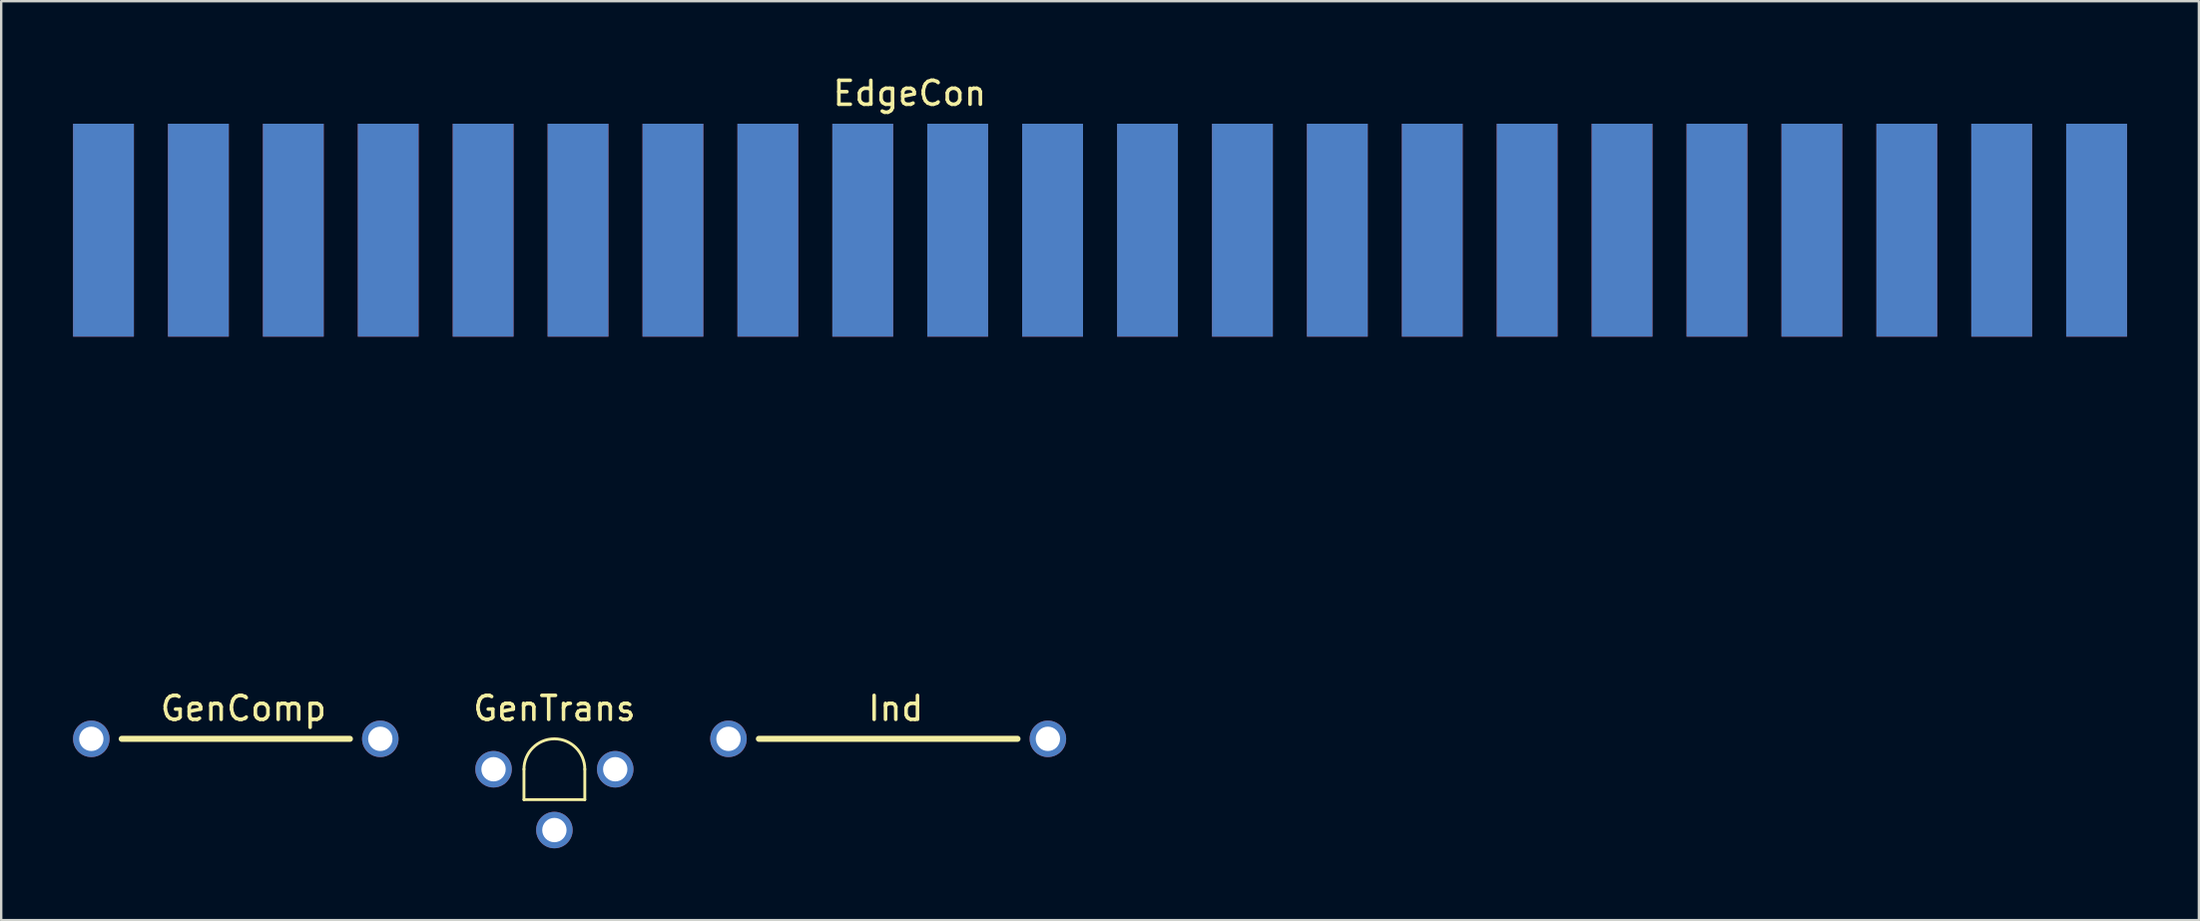
<source format=kicad_pcb>
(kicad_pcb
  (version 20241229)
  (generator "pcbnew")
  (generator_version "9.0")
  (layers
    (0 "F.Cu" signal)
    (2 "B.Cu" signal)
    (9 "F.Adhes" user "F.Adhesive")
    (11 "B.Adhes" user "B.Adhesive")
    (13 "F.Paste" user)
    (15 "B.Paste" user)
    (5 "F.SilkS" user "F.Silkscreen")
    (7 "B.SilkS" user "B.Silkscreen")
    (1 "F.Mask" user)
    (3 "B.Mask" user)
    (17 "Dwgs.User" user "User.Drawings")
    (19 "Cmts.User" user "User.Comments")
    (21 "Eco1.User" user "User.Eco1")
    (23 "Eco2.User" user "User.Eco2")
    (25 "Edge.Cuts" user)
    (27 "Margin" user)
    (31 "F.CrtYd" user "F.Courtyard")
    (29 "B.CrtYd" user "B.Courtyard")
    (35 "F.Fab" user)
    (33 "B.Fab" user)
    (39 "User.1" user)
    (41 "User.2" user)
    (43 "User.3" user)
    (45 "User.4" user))
  (footprint "EdgeCon"
    (layer "F.Cu")
    (at 53.34 22.438)
    (property "Reference" "EdgeCon" (at -18.415 -21.59 0) (unlocked yes) (layer "F.SilkS") (effects (font (size 1 1) (thickness 0.15))))
    (attr through_hole)
    (pad "1" smd rect (at -52.07 -15.875) (size 2.54 8.89) (layers "*.Mask" "B.Cu" "F.Paste"))
    (pad "2" smd rect (at -48.108 -15.875) (size 2.54 8.89) (layers "*.Mask" "B.Cu" "F.Paste"))
    (pad "3" smd rect (at -44.145 -15.875) (size 2.54 8.89) (layers "*.Mask" "B.Cu" "F.Paste"))
    (pad "4" smd rect (at -40.183 -15.875) (size 2.54 8.89) (layers "*.Mask" "B.Cu" "F.Paste"))
    (pad "5" smd rect (at -36.22 -15.875) (size 2.54 8.89) (layers "*.Mask" "B.Cu" "F.Paste"))
    (pad "6" smd rect (at -32.258 -15.875) (size 2.54 8.89) (layers "*.Mask" "B.Cu" "F.Paste"))
    (pad "7" smd rect (at -28.296 -15.875) (size 2.54 8.89) (layers "*.Mask" "B.Cu" "F.Paste"))
    (pad "8" smd rect (at -24.333 -15.875) (size 2.54 8.89) (layers "*.Mask" "B.Cu" "F.Paste"))
    (pad "9" smd rect (at -20.371 -15.875) (size 2.54 8.89) (layers "*.Mask" "B.Cu" "F.Paste"))
    (pad "10" smd rect (at -16.408 -15.875) (size 2.54 8.89) (layers "*.Mask" "B.Cu" "F.Paste"))
    (pad "11" smd rect (at -12.446 -15.875) (size 2.54 8.89) (layers "*.Mask" "B.Cu" "F.Paste"))
    (pad "12" smd rect (at -8.484 -15.875) (size 2.54 8.89) (layers "*.Mask" "B.Cu" "F.Paste"))
    (pad "13" smd rect (at -4.521 -15.875) (size 2.54 8.89) (layers "*.Mask" "B.Cu" "F.Paste"))
    (pad "14" smd rect (at -0.559 -15.875) (size 2.54 8.89) (layers "*.Mask" "B.Cu" "F.Paste"))
    (pad "15" smd rect (at 3.404 -15.875) (size 2.54 8.89) (layers "*.Mask" "B.Cu" "F.Paste"))
    (pad "16" smd rect (at 7.366 -15.875) (size 2.54 8.89) (layers "*.Mask" "B.Cu" "F.Paste"))
    (pad "17" smd rect (at 11.328 -15.875) (size 2.54 8.89) (layers "*.Mask" "B.Cu" "F.Paste"))
    (pad "18" smd rect (at 15.291 -15.875) (size 2.54 8.89) (layers "*.Mask" "B.Cu" "F.Paste"))
    (pad "19" smd rect (at 19.253 -15.875) (size 2.54 8.89) (layers "*.Mask" "B.Cu" "F.Paste"))
    (pad "20" smd rect (at 23.216 -15.875) (size 2.54 8.89) (layers "*.Mask" "B.Cu" "F.Paste"))
    (pad "21" smd rect (at 27.178 -15.875) (size 2.54 8.89) (layers "*.Mask" "B.Cu" "F.Paste"))
    (pad "22" smd rect (at 31.14 -15.875) (size 2.54 8.89) (layers "*.Mask" "B.Cu" "F.Paste"))
    (pad "A" smd rect (at -52.07 -15.875) (size 2.54 8.89) (layers "F.Cu" "F.Mask" "F.Paste"))
    (pad "B" smd rect (at -48.108 -15.875) (size 2.54 8.89) (layers "F.Cu" "F.Mask" "F.Paste"))
    (pad "C" smd rect (at -44.145 -15.875) (size 2.54 8.89) (layers "F.Cu" "F.Mask" "F.Paste"))
    (pad "D" smd rect (at -40.183 -15.875) (size 2.54 8.89) (layers "F.Cu" "F.Mask" "F.Paste"))
    (pad "E" smd rect (at -36.22 -15.875) (size 2.54 8.89) (layers "F.Cu" "F.Mask" "F.Paste"))
    (pad "F" smd rect (at -32.258 -15.875) (size 2.54 8.89) (layers "F.Cu" "F.Mask" "F.Paste"))
    (pad "H" smd rect (at -28.296 -15.875) (size 2.54 8.89) (layers "F.Cu" "F.Mask" "F.Paste"))
    (pad "J" smd rect (at -24.333 -15.875) (size 2.54 8.89) (layers "F.Cu" "F.Mask" "F.Paste"))
    (pad "K" smd rect (at -20.371 -15.875) (size 2.54 8.89) (layers "F.Cu" "F.Mask" "F.Paste"))
    (pad "L" smd rect (at -16.408 -15.875) (size 2.54 8.89) (layers "F.Cu" "F.Mask" "F.Paste"))
    (pad "M" smd rect (at -12.446 -15.875) (size 2.54 8.89) (layers "F.Cu" "F.Mask" "F.Paste"))
    (pad "N" smd rect (at -8.484 -15.875) (size 2.54 8.89) (layers "F.Cu" "F.Mask" "F.Paste"))
    (pad "P" smd rect (at -4.521 -15.875) (size 2.54 8.89) (layers "F.Cu" "F.Mask" "F.Paste"))
    (pad "R" smd rect (at -0.559 -15.875) (size 2.54 8.89) (layers "F.Cu" "F.Mask" "F.Paste"))
    (pad "S" smd rect (at 3.404 -15.875) (size 2.54 8.89) (layers "F.Cu" "F.Mask" "F.Paste"))
    (pad "T" smd rect (at 7.366 -15.875) (size 2.54 8.89) (layers "F.Cu" "F.Mask" "F.Paste"))
    (pad "U" smd rect (at 11.328 -15.875) (size 2.54 8.89) (layers "F.Cu" "F.Mask" "F.Paste"))
    (pad "V" smd rect (at 15.291 -15.875) (size 2.54 8.89) (layers "F.Cu" "F.Mask" "F.Paste"))
    (pad "W" smd rect (at 19.253 -15.875) (size 2.54 8.89) (layers "F.Cu" "F.Mask" "F.Paste"))
    (pad "X" smd rect (at 23.216 -15.875) (size 2.54 8.89) (layers "F.Cu" "F.Mask" "F.Paste"))
    (pad "Y" smd rect (at 27.178 -15.875) (size 2.54 8.89) (layers "F.Cu" "F.Mask" "F.Paste"))
    (pad "Z" smd rect (at 31.14 -15.875) (size 2.54 8.89) (layers "F.Cu" "F.Mask" "F.Paste")))
  (footprint "GenComp"
    (layer "F.Cu")
    (at 6.477 27.806)
    (property "Reference" "GenComp" (at 0.635 -1.27 0) (unlocked yes) (layer "F.SilkS") (effects (font (size 1 1) (thickness 0.15))))
    (attr through_hole)
    (fp_line (start 5.08 0) (end -4.445 0) (stroke (width 0.254) (type solid)) (layer "F.SilkS"))
    (pad "1" thru_hole circle (at -5.715 0 270) (size 1.524 1.524) (drill 1.016) (layers "*.Cu" "*.Mask"))
    (pad "2" thru_hole circle (at 6.35 0 270) (size 1.524 1.524) (drill 1.016) (layers "*.Cu" "*.Mask")))
  (footprint "Ind"
    (layer "F.Cu")
    (at 34.348 27.806)
    (property "Reference" "Ind" (at 0 -1.27 0) (layer "F.SilkS") (effects (font (size 1 1) (thickness 0.15))))
    (attr through_hole)
    (fp_line (start 5.08 0) (end -5.715 0) (stroke (width 0.254) (type solid)) (layer "F.SilkS"))
    (pad "1" thru_hole circle (at -6.985 0 270) (size 1.524 1.524) (drill 1.016) (layers "*.Cu" "*.Mask"))
    (pad "2" thru_hole circle (at 6.35 0 270) (size 1.524 1.524) (drill 1.016) (layers "*.Cu" "*.Mask")))
  (footprint "GenTrans"
    (layer "F.Cu")
    (at 20.095 29.076)
    (property "Reference" "GenTrans" (at 0 -2.54 0) (layer "F.SilkS") (effects (font (size 1 1) (thickness 0.15))))
    (attr through_hole)
    (fp_line (start -1.27 0) (end -1.27 1.27) (stroke (width 0.12) (type solid)) (layer "F.SilkS"))
    (fp_line (start 1.27 0) (end 1.27 1.27) (stroke (width 0.12) (type solid)) (layer "F.SilkS"))
    (fp_line (start 1.27 1.27) (end -1.27 1.27) (stroke (width 0.12) (type solid)) (layer "F.SilkS"))
    (fp_arc (start -1.27 0) (mid 0 -1.27) (end 1.27 0) (stroke (width 0.12) (type solid)) (layer "F.SilkS"))
    (pad "1" thru_hole circle (at -2.54 0) (size 1.524 1.524) (drill 1.016) (layers "*.Cu" "*.Mask"))
    (pad "2" thru_hole circle (at 0 2.54) (size 1.524 1.524) (drill 1.016) (layers "*.Cu" "*.Mask"))
    (pad "3" thru_hole circle (at 2.54 0) (size 1.524 1.524) (drill 1.016) (layers "*.Cu" "*.Mask")))
  (gr_rect
    (start -3 -3)
    (end 88.75 35.379)
    (stroke (width 0.1) (type default))
    (fill no)
    (layer "Edge.Cuts")))
</source>
